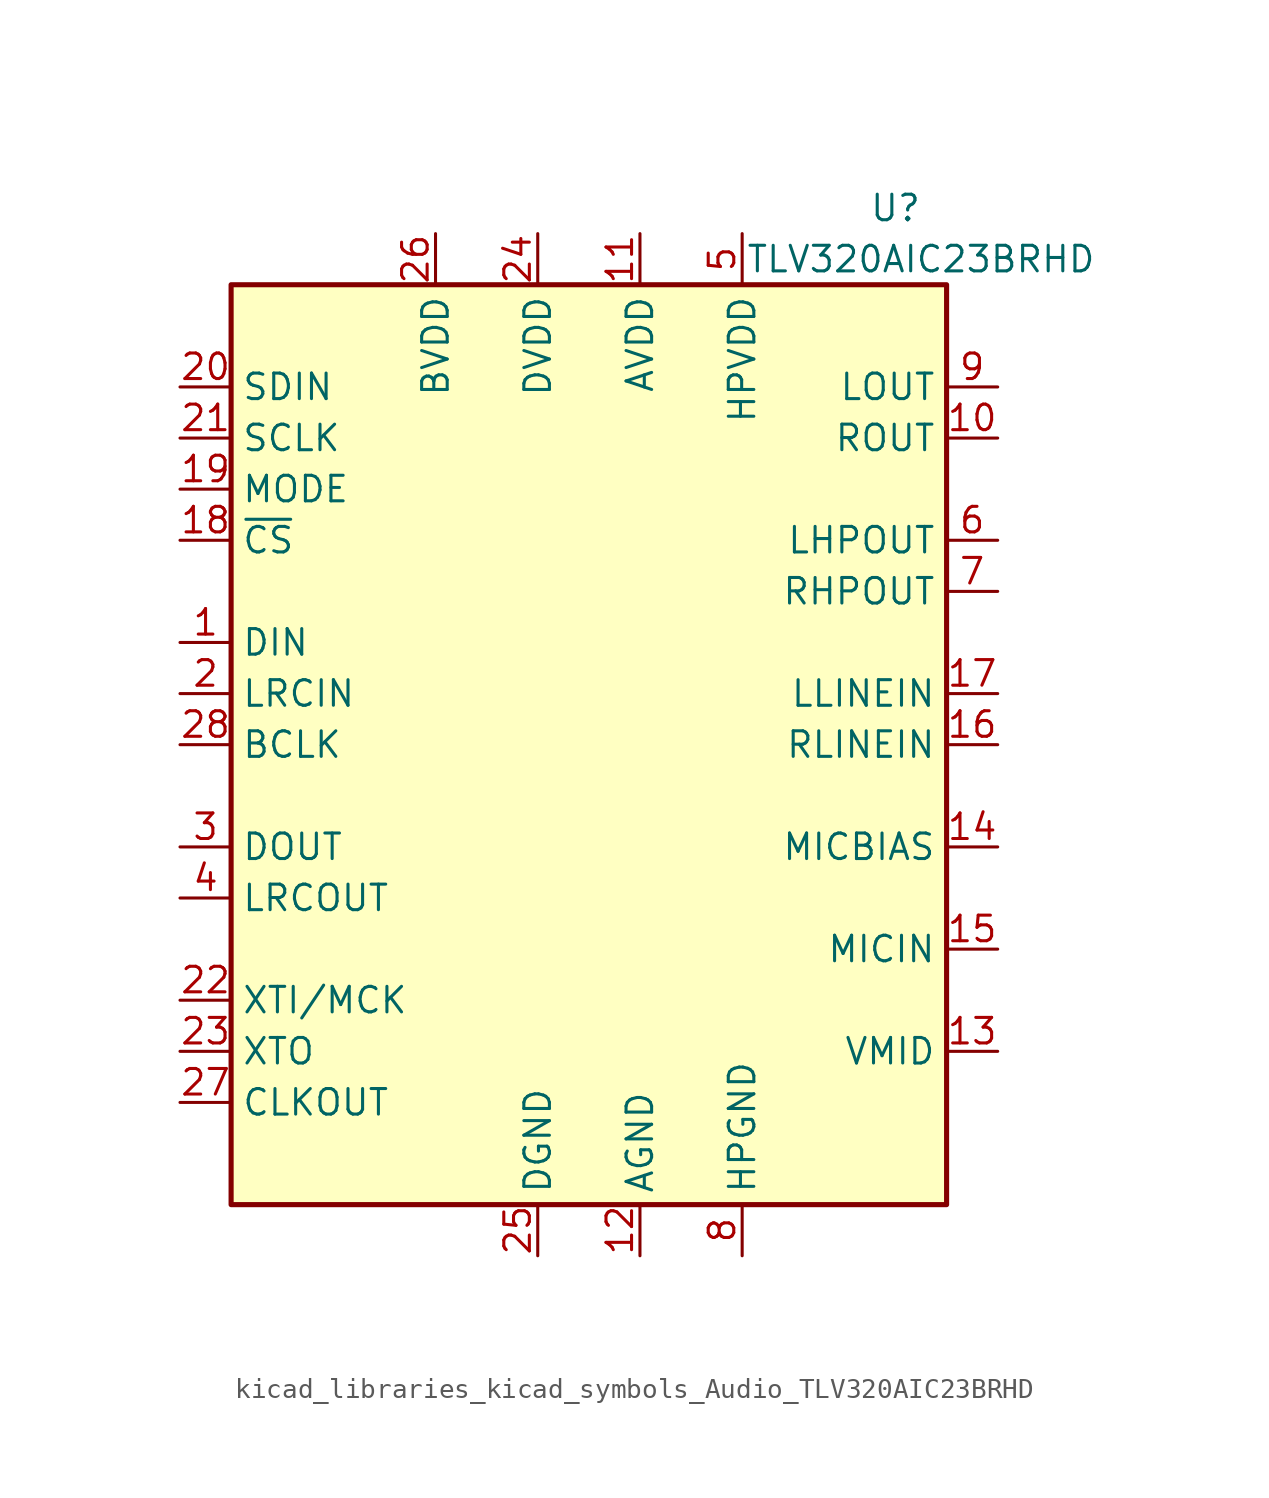
<source format=kicad_sym>
(kicad_symbol_lib
  (version 20220914)
  (generator kicad_symbol_editor)
  (symbol "kicad_libraries_kicad_symbols_Audio_TLV320AIC23BRHD"
    (property "Reference" "U"
      (at 15.24 26.67 0)
      (effects (font (size 1.27 1.27))))
    (property "Value" "TLV320AIC23BRHD"
      (at 16.51 24.13 0)
      (effects (font (size 1.27 1.27))))
    (symbol "kicad_libraries_kicad_symbols_Audio_TLV320AIC23BRHD_0_1"
      (rectangle (start -17.78 22.86) (end 17.78 -22.86) (stroke (width 0.254) (type default)) (fill (type background))))
    (symbol "kicad_libraries_kicad_symbols_Audio_TLV320AIC23BRHD_1_1"
      (pin input line (at -20.32 5.08 0) (length 2.54) (name "DIN" (effects (font (size 1.27 1.27)))) (number "1" (effects (font (size 1.27 1.27)))))
      (pin passive line (at 20.32 15.24 180) (length 2.54) (name "ROUT" (effects (font (size 1.27 1.27)))) (number "10" (effects (font (size 1.27 1.27)))))
      (pin power_in line (at 2.54 25.4 270) (length 2.54) (name "AVDD" (effects (font (size 1.27 1.27)))) (number "11" (effects (font (size 1.27 1.27)))))
      (pin power_in line (at 2.54 -25.4 90) (length 2.54) (name "AGND" (effects (font (size 1.27 1.27)))) (number "12" (effects (font (size 1.27 1.27)))))
      (pin passive line (at 20.32 -15.24 180) (length 2.54) (name "VMID" (effects (font (size 1.27 1.27)))) (number "13" (effects (font (size 1.27 1.27)))))
      (pin passive line (at 20.32 -5.08 180) (length 2.54) (name "MICBIAS" (effects (font (size 1.27 1.27)))) (number "14" (effects (font (size 1.27 1.27)))))
      (pin passive line (at 20.32 -10.16 180) (length 2.54) (name "MICIN" (effects (font (size 1.27 1.27)))) (number "15" (effects (font (size 1.27 1.27)))))
      (pin passive line (at 20.32 0 180) (length 2.54) (name "RLINEIN" (effects (font (size 1.27 1.27)))) (number "16" (effects (font (size 1.27 1.27)))))
      (pin passive line (at 20.32 2.54 180) (length 2.54) (name "LLINEIN" (effects (font (size 1.27 1.27)))) (number "17" (effects (font (size 1.27 1.27)))))
      (pin input line (at -20.32 10.16 0) (length 2.54) (name "~{CS}" (effects (font (size 1.27 1.27)))) (number "18" (effects (font (size 1.27 1.27)))))
      (pin input line (at -20.32 12.7 0) (length 2.54) (name "MODE" (effects (font (size 1.27 1.27)))) (number "19" (effects (font (size 1.27 1.27)))))
      (pin input line (at -20.32 2.54 0) (length 2.54) (name "LRCIN" (effects (font (size 1.27 1.27)))) (number "2" (effects (font (size 1.27 1.27)))))
      (pin input line (at -20.32 17.78 0) (length 2.54) (name "SDIN" (effects (font (size 1.27 1.27)))) (number "20" (effects (font (size 1.27 1.27)))))
      (pin input line (at -20.32 15.24 0) (length 2.54) (name "SCLK" (effects (font (size 1.27 1.27)))) (number "21" (effects (font (size 1.27 1.27)))))
      (pin passive line (at -20.32 -12.7 0) (length 2.54) (name "XTI/MCK" (effects (font (size 1.27 1.27)))) (number "22" (effects (font (size 1.27 1.27)))))
      (pin passive line (at -20.32 -15.24 0) (length 2.54) (name "XTO" (effects (font (size 1.27 1.27)))) (number "23" (effects (font (size 1.27 1.27)))))
      (pin power_in line (at -2.54 25.4 270) (length 2.54) (name "DVDD" (effects (font (size 1.27 1.27)))) (number "24" (effects (font (size 1.27 1.27)))))
      (pin power_in line (at -2.54 -25.4 90) (length 2.54) (name "DGND" (effects (font (size 1.27 1.27)))) (number "25" (effects (font (size 1.27 1.27)))))
      (pin power_in line (at -7.62 25.4 270) (length 2.54) (name "BVDD" (effects (font (size 1.27 1.27)))) (number "26" (effects (font (size 1.27 1.27)))))
      (pin output line (at -20.32 -17.78 0) (length 2.54) (name "CLKOUT" (effects (font (size 1.27 1.27)))) (number "27" (effects (font (size 1.27 1.27)))))
      (pin bidirectional line (at -20.32 0 0) (length 2.54) (name "BCLK" (effects (font (size 1.27 1.27)))) (number "28" (effects (font (size 1.27 1.27)))))
      (pin passive line (at 2.54 -25.4 90) (length 2.54) hide (name "AGND" (effects (font (size 1.27 1.27)))) (number "29" (effects (font (size 1.27 1.27)))))
      (pin output line (at -20.32 -5.08 0) (length 2.54) (name "DOUT" (effects (font (size 1.27 1.27)))) (number "3" (effects (font (size 1.27 1.27)))))
      (pin output line (at -20.32 -7.62 0) (length 2.54) (name "LRCOUT" (effects (font (size 1.27 1.27)))) (number "4" (effects (font (size 1.27 1.27)))))
      (pin power_in line (at 7.62 25.4 270) (length 2.54) (name "HPVDD" (effects (font (size 1.27 1.27)))) (number "5" (effects (font (size 1.27 1.27)))))
      (pin passive line (at 20.32 10.16 180) (length 2.54) (name "LHPOUT" (effects (font (size 1.27 1.27)))) (number "6" (effects (font (size 1.27 1.27)))))
      (pin passive line (at 20.32 7.62 180) (length 2.54) (name "RHPOUT" (effects (font (size 1.27 1.27)))) (number "7" (effects (font (size 1.27 1.27)))))
      (pin power_in line (at 7.62 -25.4 90) (length 2.54) (name "HPGND" (effects (font (size 1.27 1.27)))) (number "8" (effects (font (size 1.27 1.27)))))
      (pin passive line (at 20.32 17.78 180) (length 2.54) (name "LOUT" (effects (font (size 1.27 1.27)))) (number "9" (effects (font (size 1.27 1.27))))))))
</source>
